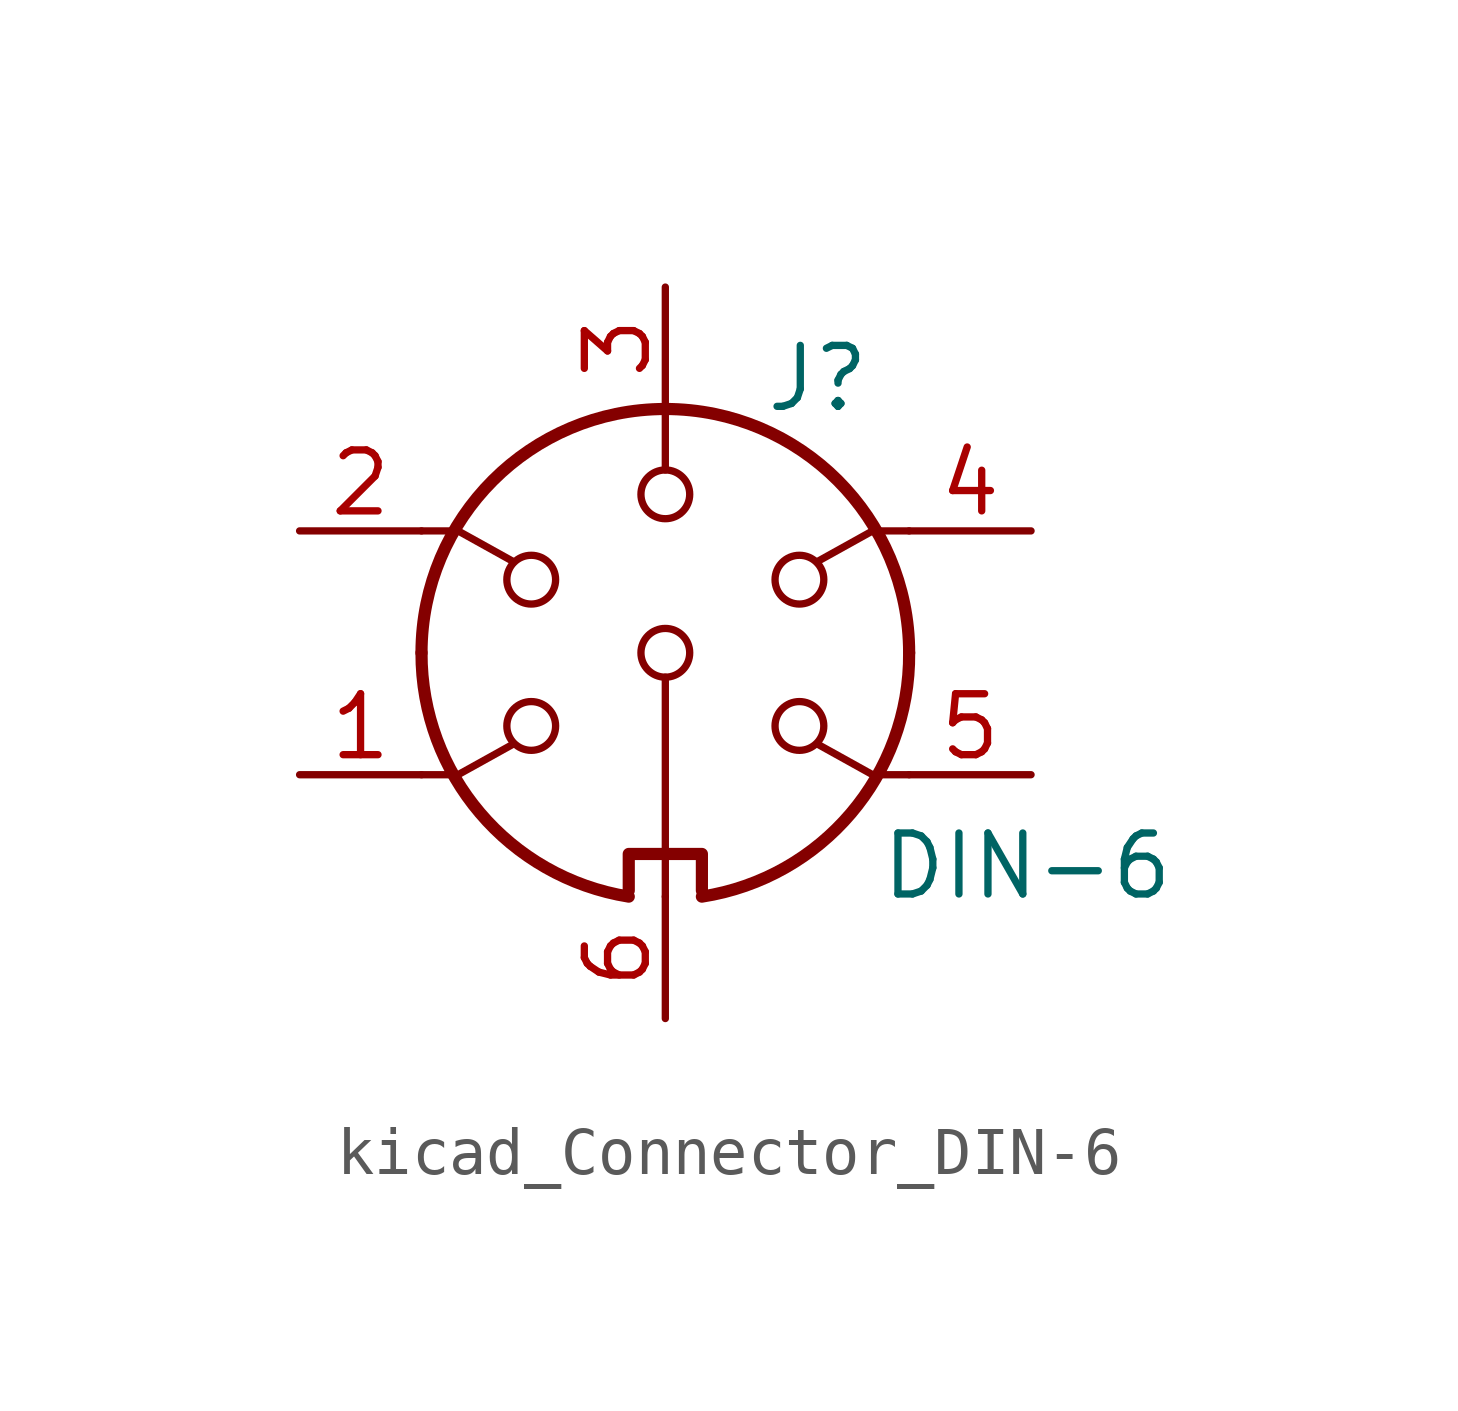
<source format=kicad_sym>
(kicad_symbol_lib
  (version 20220914)
  (generator kicad_symbol_editor)
  (symbol "kicad_Connector_DIN-6"
    (pin_names
      (offset 1.016))
    (property "Reference" "J"
      (at 3.175 5.715 0)
      (effects (font (size 1.27 1.27))))
    (property "Value" "DIN-6"
      (at 4.445 -4.445 0)
      (effects (font (size 1.27 1.27)) (justify left)))
    (symbol "kicad_Connector_DIN-6_0_1"
      (arc (start -5.08 0) (mid -3.8609 -3.3364) (end -0.762 -5.08) (stroke (width 0.254) (type default)) (fill (type none)))
      (circle (center -2.794 -1.524) (radius 0.508) (stroke (width 0) (type default)) (fill (type none)))
      (circle (center -2.794 1.524) (radius 0.508) (stroke (width 0) (type default)) (fill (type none)))
      (polyline (pts (xy 0 -5.08) (xy 0 -0.508)) (stroke (width 0) (type default)) (fill (type none)))
      (polyline (pts (xy 0 5.08) (xy 0 3.81)) (stroke (width 0) (type default)) (fill (type none)))
      (polyline (pts (xy -5.08 -2.54) (xy -4.318 -2.54) (xy -3.175 -1.905)) (stroke (width 0) (type default)) (fill (type none)))
      (polyline (pts (xy -5.08 2.54) (xy -4.318 2.54) (xy -3.175 1.905)) (stroke (width 0) (type default)) (fill (type none)))
      (polyline (pts (xy 5.08 -2.54) (xy 4.318 -2.54) (xy 3.175 -1.905)) (stroke (width 0) (type default)) (fill (type none)))
      (polyline (pts (xy 5.08 2.54) (xy 4.318 2.54) (xy 3.175 1.905)) (stroke (width 0) (type default)) (fill (type none)))
      (polyline (pts (xy -0.762 -4.953) (xy -0.762 -4.191) (xy 0.762 -4.191) (xy 0.762 -4.953)) (stroke (width 0.254) (type default)) (fill (type none)))
      (circle (center 0 0) (radius 0.508) (stroke (width 0) (type default)) (fill (type none)))
      (circle (center 0 3.302) (radius 0.508) (stroke (width 0) (type default)) (fill (type none)))
      (arc (start 0.762 -5.08) (mid 3.8685 -3.343) (end 5.08 0) (stroke (width 0.254) (type default)) (fill (type none)))
      (circle (center 2.794 -1.524) (radius 0.508) (stroke (width 0) (type default)) (fill (type none)))
      (circle (center 2.794 1.524) (radius 0.508) (stroke (width 0) (type default)) (fill (type none)))
      (arc (start 5.08 0) (mid 0 5.0579) (end -5.08 0) (stroke (width 0.254) (type default)) (fill (type none))))
    (symbol "kicad_Connector_DIN-6_1_1"
      (pin passive line (at -7.62 -2.54 0) (length 2.54) (name "~" (effects (font (size 1.27 1.27)))) (number "1" (effects (font (size 1.27 1.27)))))
      (pin passive line (at -7.62 2.54 0) (length 2.54) (name "~" (effects (font (size 1.27 1.27)))) (number "2" (effects (font (size 1.27 1.27)))))
      (pin passive line (at 0 7.62 270) (length 2.54) (name "~" (effects (font (size 1.27 1.27)))) (number "3" (effects (font (size 1.27 1.27)))))
      (pin passive line (at 7.62 2.54 180) (length 2.54) (name "~" (effects (font (size 1.27 1.27)))) (number "4" (effects (font (size 1.27 1.27)))))
      (pin passive line (at 7.62 -2.54 180) (length 2.54) (name "~" (effects (font (size 1.27 1.27)))) (number "5" (effects (font (size 1.27 1.27)))))
      (pin passive line (at 0 -7.62 90) (length 2.54) (name "~" (effects (font (size 1.27 1.27)))) (number "6" (effects (font (size 1.27 1.27))))))))
</source>
